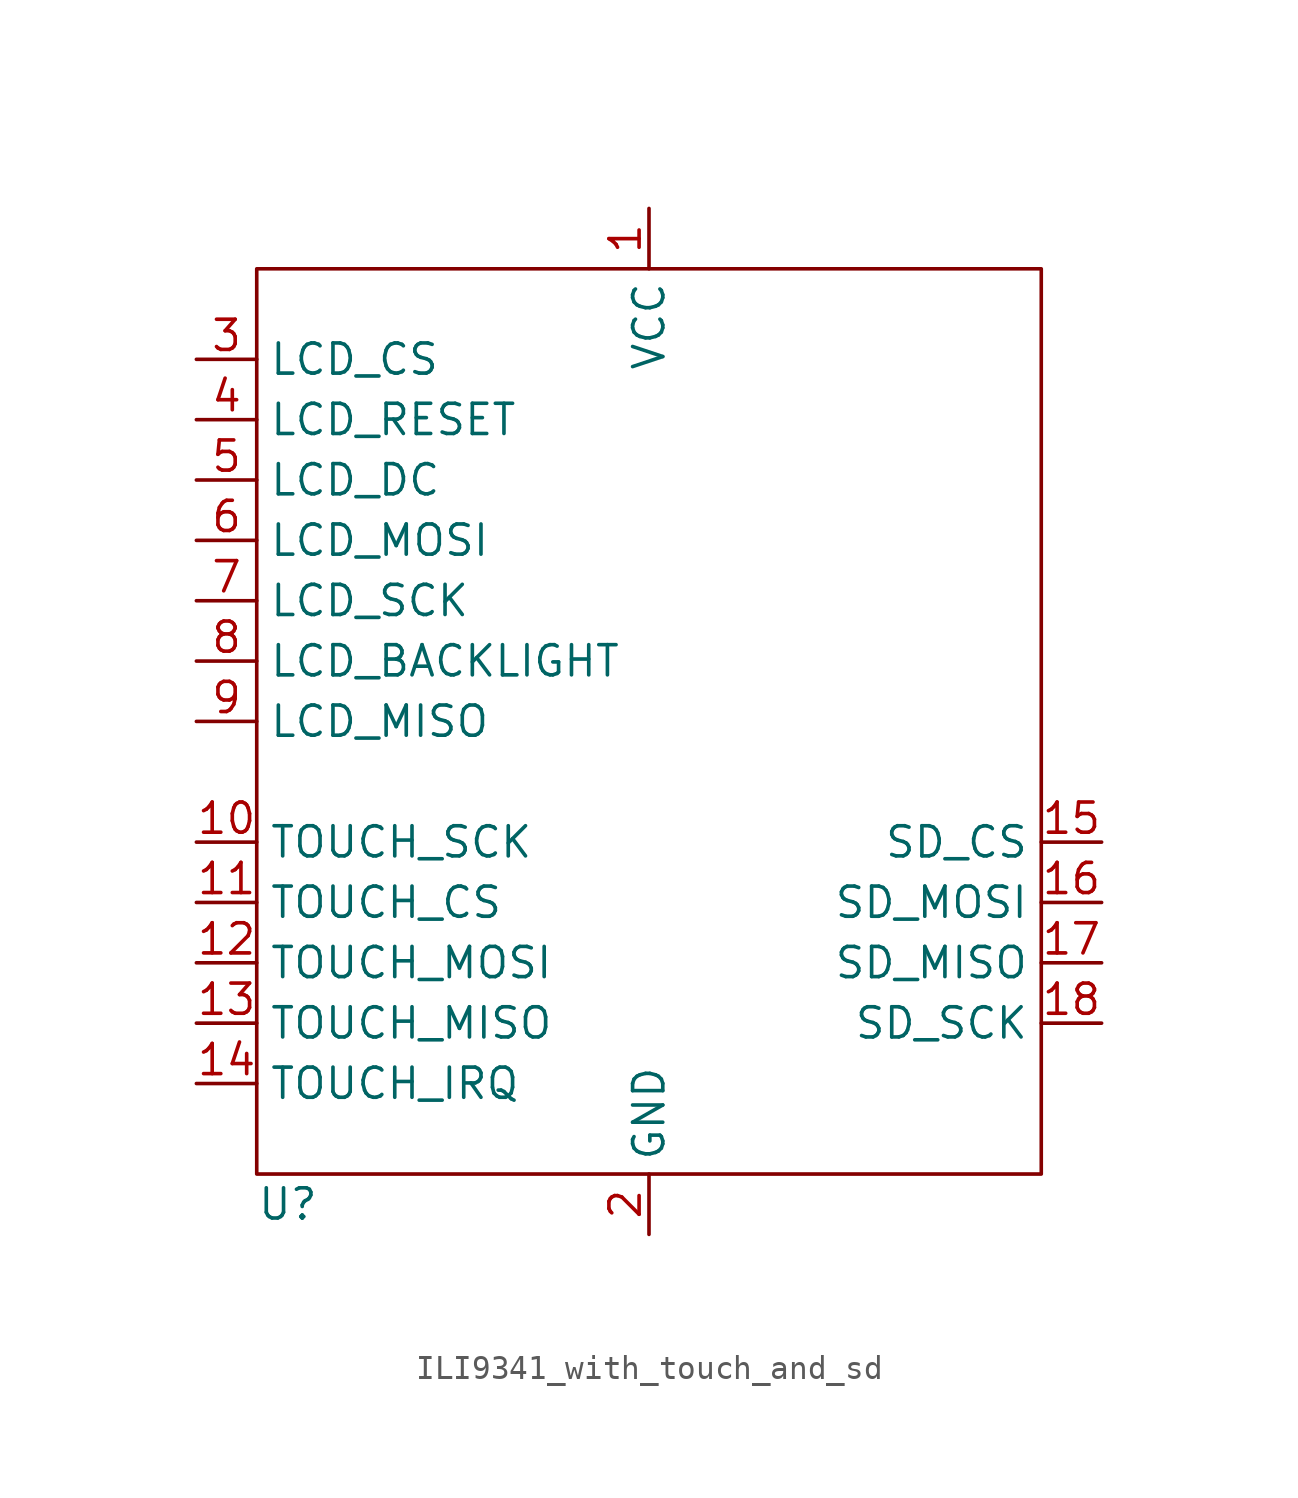
<source format=kicad_sym>
(kicad_symbol_lib
  (version 20241209)
  (generator "kicad_symbol_editor")
  (generator_version "9.0")
  (symbol "ILI9341_with_touch_and_sd"
    (property "Reference" "U"
      (at -16.51 -20.32 0)
      (effects (font (size 1.27 1.27)) (justify left)))
    (property "Value" ""
      (at 0 0 0)
      (effects (font (size 1.27 1.27))))
    (symbol "ILI9341_with_touch_and_sd_0_1"
      (rectangle (start -16.51 19.05) (end 16.51 -19.05) (stroke (width 0) (type default)) (fill (type none))))
    (symbol "ILI9341_with_touch_and_sd_1_1"
      (pin input line (at -19.05 15.24 0) (length 2.54) (name "LCD_CS" (effects (font (size 1.27 1.27)))) (number "3" (effects (font (size 1.27 1.27)))))
      (pin input line (at -19.05 12.7 0) (length 2.54) (name "LCD_RESET" (effects (font (size 1.27 1.27)))) (number "4" (effects (font (size 1.27 1.27)))))
      (pin input line (at -19.05 10.16 0) (length 2.54) (name "LCD_DC" (effects (font (size 1.27 1.27)))) (number "5" (effects (font (size 1.27 1.27)))))
      (pin input line (at -19.05 7.62 0) (length 2.54) (name "LCD_MOSI" (effects (font (size 1.27 1.27)))) (number "6" (effects (font (size 1.27 1.27)))))
      (pin input line (at -19.05 5.08 0) (length 2.54) (name "LCD_SCK" (effects (font (size 1.27 1.27)))) (number "7" (effects (font (size 1.27 1.27)))))
      (pin input line (at -19.05 2.54 0) (length 2.54) (name "LCD_BACKLIGHT" (effects (font (size 1.27 1.27)))) (number "8" (effects (font (size 1.27 1.27)))))
      (pin output line (at -19.05 0 0) (length 2.54) (name "LCD_MISO" (effects (font (size 1.27 1.27)))) (number "9" (effects (font (size 1.27 1.27)))))
      (pin input line (at -19.05 -5.08 0) (length 2.54) (name "TOUCH_SCK" (effects (font (size 1.27 1.27)))) (number "10" (effects (font (size 1.27 1.27)))))
      (pin input line (at -19.05 -7.62 0) (length 2.54) (name "TOUCH_CS" (effects (font (size 1.27 1.27)))) (number "11" (effects (font (size 1.27 1.27)))))
      (pin input line (at -19.05 -10.16 0) (length 2.54) (name "TOUCH_MOSI" (effects (font (size 1.27 1.27)))) (number "12" (effects (font (size 1.27 1.27)))))
      (pin output line (at -19.05 -12.7 0) (length 2.54) (name "TOUCH_MISO" (effects (font (size 1.27 1.27)))) (number "13" (effects (font (size 1.27 1.27)))))
      (pin output line (at -19.05 -15.24 0) (length 2.54) (name "TOUCH_IRQ" (effects (font (size 1.27 1.27)))) (number "14" (effects (font (size 1.27 1.27)))))
      (pin power_in line (at 0 21.59 270) (length 2.54) (name "VCC" (effects (font (size 1.27 1.27)))) (number "1" (effects (font (size 1.27 1.27)))))
      (pin power_out line (at 0 -21.59 90) (length 2.54) (name "GND" (effects (font (size 1.27 1.27)))) (number "2" (effects (font (size 1.27 1.27)))))
      (pin input line (at 19.05 -5.08 180) (length 2.54) (name "SD_CS" (effects (font (size 1.27 1.27)))) (number "15" (effects (font (size 1.27 1.27)))))
      (pin input line (at 19.05 -7.62 180) (length 2.54) (name "SD_MOSI" (effects (font (size 1.27 1.27)))) (number "16" (effects (font (size 1.27 1.27)))))
      (pin output line (at 19.05 -10.16 180) (length 2.54) (name "SD_MISO" (effects (font (size 1.27 1.27)))) (number "17" (effects (font (size 1.27 1.27)))))
      (pin input line (at 19.05 -12.7 180) (length 2.54) (name "SD_SCK" (effects (font (size 1.27 1.27)))) (number "18" (effects (font (size 1.27 1.27))))))))
</source>
